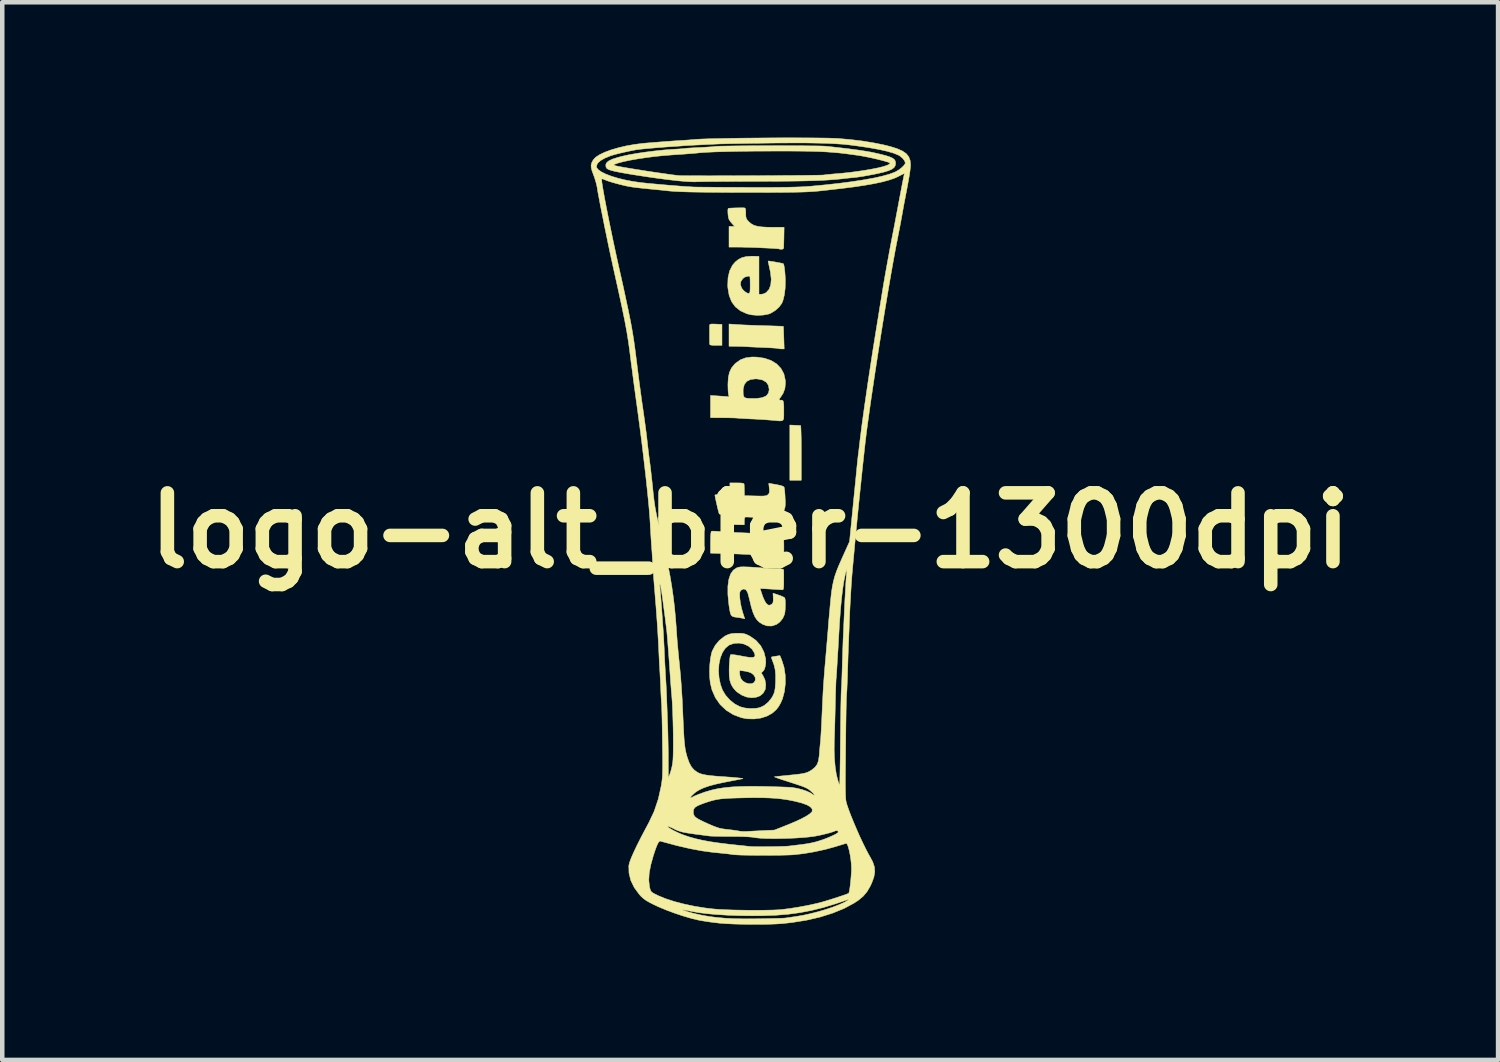
<source format=kicad_pcb>
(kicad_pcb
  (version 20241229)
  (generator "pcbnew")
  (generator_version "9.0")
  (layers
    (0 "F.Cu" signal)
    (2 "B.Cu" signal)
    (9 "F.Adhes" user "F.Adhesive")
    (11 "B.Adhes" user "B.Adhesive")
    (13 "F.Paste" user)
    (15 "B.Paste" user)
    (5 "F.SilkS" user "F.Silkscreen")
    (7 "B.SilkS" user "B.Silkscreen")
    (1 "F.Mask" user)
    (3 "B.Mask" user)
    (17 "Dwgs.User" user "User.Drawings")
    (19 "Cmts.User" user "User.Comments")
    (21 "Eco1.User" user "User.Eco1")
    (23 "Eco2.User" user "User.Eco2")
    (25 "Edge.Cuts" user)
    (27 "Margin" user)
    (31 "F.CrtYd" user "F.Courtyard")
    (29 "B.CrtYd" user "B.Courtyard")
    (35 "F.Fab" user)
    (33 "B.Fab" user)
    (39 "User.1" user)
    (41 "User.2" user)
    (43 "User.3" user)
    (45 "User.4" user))
  (footprint "logo-alt_bier-1300dpi"
    (layer "F.Cu")
    (at 13.578 8.709)
    (property "Reference" "logo-alt_bier-1300dpi" (at 0 0 0) (layer "F.SilkS") (effects (font (size 1.524 1.524) (thickness 0.3))))
    (attr through_hole)
    (fp_poly (pts (xy 0.992 -2.333) (xy 1.055 -2.33) (xy 1.102 -2.328) (xy 1.119 -2.327) (xy 1.122 -2.307) (xy 1.125 -2.254) (xy 1.128 -2.171) (xy 1.131 -2.063) (xy 1.132 -1.934) (xy 1.133 -1.791) (xy 1.133 -1.719) (xy 1.133 -1.114) (xy 0.879 -1.114) (xy 0.879 -2.338) (xy 0.992 -2.333)) (stroke (width 0.01) (type solid)) (fill yes) (layer "F.SilkS"))
    (fp_poly (pts (xy -0.762 -4.575) (xy -0.625 -4.569) (xy -0.625 -4.103) (xy -0.762 -4.103) (xy -0.842 -4.106) (xy -0.886 -4.114) (xy -0.899 -4.128) (xy -0.9 -4.167) (xy -0.9 -4.231) (xy -0.901 -4.31) (xy -0.901 -4.392) (xy -0.901 -4.467) (xy -0.901 -4.524) (xy -0.9 -4.552) (xy -0.892 -4.568) (xy -0.866 -4.576) (xy -0.812 -4.577) (xy -0.762 -4.575)) (stroke (width 0.01) (type solid)) (fill yes) (layer "F.SilkS"))
    (fp_poly (pts (xy -0.288 -4.565) (xy -0.212 -4.56) (xy -0.106 -4.555) (xy 0.02 -4.55) (xy 0.157 -4.545) (xy 0.296 -4.541) (xy 0.313 -4.54) (xy 0.436 -4.537) (xy 0.546 -4.533) (xy 0.635 -4.53) (xy 0.699 -4.528) (xy 0.732 -4.526) (xy 0.735 -4.526) (xy 0.737 -4.506) (xy 0.74 -4.455) (xy 0.742 -4.38) (xy 0.746 -4.288) (xy 0.746 -4.274) (xy 0.754 -4.025) (xy 0.693 -4.025) (xy 0.647 -4.028) (xy 0.623 -4.034) (xy 0.623 -4.034) (xy 0.601 -4.038) (xy 0.547 -4.043) (xy 0.469 -4.048) (xy 0.372 -4.053) (xy 0.321 -4.055) (xy 0.209 -4.06) (xy 0.103 -4.065) (xy 0.011 -4.069) (xy -0.054 -4.073) (xy -0.068 -4.074) (xy -0.139 -4.078) (xy -0.228 -4.081) (xy -0.318 -4.082) (xy -0.469 -4.084) (xy -0.469 -4.577) (xy -0.288 -4.565)) (stroke (width 0.01) (type solid)) (fill yes) (layer "F.SilkS"))
    (fp_poly (pts (xy -0.773 0.016) (xy -0.7 0.02) (xy -0.68 0.022) (xy -0.603 0.028) (xy -0.499 0.034) (xy -0.38 0.041) (xy -0.256 0.047) (xy -0.208 0.049) (xy -0.096 0.054) (xy 0.006 0.059) (xy 0.09 0.064) (xy 0.148 0.068) (xy 0.166 0.07) (xy 0.208 0.073) (xy 0.279 0.076) (xy 0.37 0.078) (xy 0.47 0.08) (xy 0.474 0.08) (xy 0.569 0.083) (xy 0.649 0.088) (xy 0.707 0.094) (xy 0.734 0.101) (xy 0.735 0.102) (xy 0.74 0.128) (xy 0.743 0.184) (xy 0.746 0.263) (xy 0.747 0.348) (xy 0.747 0.576) (xy 0.696 0.578) (xy 0.656 0.578) (xy 0.64 0.575) (xy 0.619 0.572) (xy 0.567 0.568) (xy 0.49 0.563) (xy 0.395 0.558) (xy 0.361 0.556) (xy 0.258 0.551) (xy 0.165 0.546) (xy 0.091 0.541) (xy 0.046 0.537) (xy 0.04 0.536) (xy 0.007 0.533) (xy -0.059 0.53) (xy -0.151 0.526) (xy -0.263 0.521) (xy -0.388 0.517) (xy -0.444 0.515) (xy -0.879 0.502) (xy -0.879 0.262) (xy -0.877 0.148) (xy -0.872 0.068) (xy -0.864 0.024) (xy -0.858 0.016) (xy -0.83 0.014) (xy -0.773 0.016)) (stroke (width 0.01) (type solid)) (fill yes) (layer "F.SilkS"))
    (fp_poly (pts (xy -0.139 -7.153) (xy -0.132 -7.152) (xy -0.113 -7.146) (xy -0.102 -7.121) (xy -0.098 -7.071) (xy -0.098 -7.032) (xy -0.096 -6.963) (xy -0.086 -6.917) (xy -0.063 -6.88) (xy -0.024 -6.839) (xy 0.026 -6.797) (xy 0.085 -6.765) (xy 0.158 -6.744) (xy 0.252 -6.73) (xy 0.374 -6.723) (xy 0.504 -6.721) (xy 0.752 -6.721) (xy 0.749 -6.521) (xy 0.747 -6.432) (xy 0.745 -6.353) (xy 0.744 -6.297) (xy 0.744 -6.277) (xy 0.732 -6.242) (xy 0.697 -6.233) (xy 0.658 -6.236) (xy 0.643 -6.241) (xy 0.621 -6.245) (xy 0.567 -6.249) (xy 0.486 -6.255) (xy 0.386 -6.26) (xy 0.272 -6.265) (xy 0.151 -6.271) (xy 0.03 -6.275) (xy -0.084 -6.278) (xy -0.187 -6.281) (xy -0.269 -6.282) (xy -0.469 -6.282) (xy -0.469 -6.511) (xy -0.469 -6.741) (xy -0.344 -6.741) (xy -0.394 -6.795) (xy -0.435 -6.844) (xy -0.467 -6.892) (xy -0.469 -6.895) (xy -0.481 -6.934) (xy -0.49 -6.993) (xy -0.494 -7.055) (xy -0.494 -7.109) (xy -0.487 -7.139) (xy -0.486 -7.14) (xy -0.465 -7.144) (xy -0.415 -7.147) (xy -0.347 -7.15) (xy -0.271 -7.152) (xy -0.199 -7.153) (xy -0.139 -7.153)) (stroke (width 0.01) (type solid)) (fill yes) (layer "F.SilkS"))
    (fp_poly (pts (xy -0.207 -1.053) (xy -0.156 -1.046) (xy -0.135 -1.033) (xy -0.135 -1.031) (xy -0.133 -0.999) (xy -0.131 -0.942) (xy -0.13 -0.889) (xy -0.127 -0.772) (xy 0.114 -0.766) (xy 0.218 -0.764) (xy 0.29 -0.764) (xy 0.337 -0.769) (xy 0.369 -0.777) (xy 0.391 -0.791) (xy 0.395 -0.795) (xy 0.418 -0.822) (xy 0.427 -0.857) (xy 0.426 -0.912) (xy 0.423 -0.939) (xy 0.412 -1.047) (xy 0.576 -1.019) (xy 0.672 -0.999) (xy 0.731 -0.979) (xy 0.753 -0.959) (xy 0.759 -0.927) (xy 0.766 -0.866) (xy 0.772 -0.786) (xy 0.775 -0.723) (xy 0.779 -0.628) (xy 0.778 -0.562) (xy 0.772 -0.513) (xy 0.759 -0.472) (xy 0.739 -0.43) (xy 0.706 -0.374) (xy 0.67 -0.332) (xy 0.625 -0.304) (xy 0.564 -0.287) (xy 0.481 -0.28) (xy 0.371 -0.28) (xy 0.264 -0.284) (xy 0.157 -0.289) (xy 0.06 -0.293) (xy -0.017 -0.297) (xy -0.067 -0.299) (xy -0.078 -0.3) (xy -0.108 -0.298) (xy -0.123 -0.281) (xy -0.128 -0.24) (xy -0.129 -0.215) (xy -0.131 -0.127) (xy -0.207 -0.127) (xy -0.28 -0.128) (xy -0.357 -0.132) (xy -0.366 -0.133) (xy -0.449 -0.139) (xy -0.449 -0.236) (xy -0.452 -0.295) (xy -0.462 -0.324) (xy -0.482 -0.333) (xy -0.484 -0.333) (xy -0.541 -0.337) (xy -0.602 -0.346) (xy -0.655 -0.357) (xy -0.684 -0.367) (xy -0.686 -0.368) (xy -0.693 -0.39) (xy -0.707 -0.441) (xy -0.724 -0.51) (xy -0.742 -0.588) (xy -0.759 -0.665) (xy -0.773 -0.73) (xy -0.78 -0.775) (xy -0.782 -0.787) (xy -0.764 -0.792) (xy -0.716 -0.794) (xy -0.647 -0.792) (xy -0.615 -0.79) (xy -0.449 -0.778) (xy -0.449 -1.055) (xy -0.293 -1.055) (xy -0.207 -1.053)) (stroke (width 0.01) (type solid)) (fill yes) (layer "F.SilkS"))
    (fp_poly (pts (xy 0.132 -6.079) (xy 0.195 -6.076) (xy 0.195 -5.236) (xy 0.251 -5.236) (xy 0.308 -5.249) (xy 0.356 -5.275) (xy 0.42 -5.347) (xy 0.456 -5.444) (xy 0.467 -5.567) (xy 0.451 -5.717) (xy 0.431 -5.813) (xy 0.415 -5.885) (xy 0.403 -5.941) (xy 0.398 -5.971) (xy 0.399 -5.974) (xy 0.419 -5.973) (xy 0.466 -5.966) (xy 0.53 -5.956) (xy 0.6 -5.943) (xy 0.665 -5.931) (xy 0.713 -5.921) (xy 0.735 -5.914) (xy 0.736 -5.914) (xy 0.747 -5.885) (xy 0.758 -5.826) (xy 0.768 -5.745) (xy 0.775 -5.651) (xy 0.78 -5.553) (xy 0.78 -5.541) (xy 0.776 -5.372) (xy 0.758 -5.223) (xy 0.727 -5.099) (xy 0.703 -5.039) (xy 0.642 -4.954) (xy 0.556 -4.877) (xy 0.457 -4.817) (xy 0.403 -4.796) (xy 0.288 -4.775) (xy 0.158 -4.769) (xy 0.03 -4.78) (xy -0.072 -4.804) (xy -0.215 -4.869) (xy -0.328 -4.958) (xy -0.411 -5.071) (xy -0.466 -5.211) (xy -0.494 -5.377) (xy -0.497 -5.422) (xy -0.497 -5.44) (xy -0.215 -5.44) (xy -0.184 -5.366) (xy -0.148 -5.322) (xy -0.101 -5.283) (xy -0.056 -5.259) (xy -0.041 -5.256) (xy -0.022 -5.258) (xy -0.011 -5.27) (xy -0.004 -5.297) (xy -0.001 -5.349) (xy -0.000014 -5.43) (xy 0 -5.453) (xy -0.001 -5.543) (xy -0.003 -5.6) (xy -0.009 -5.63) (xy -0.02 -5.641) (xy -0.031 -5.639) (xy -0.076 -5.628) (xy -0.09 -5.627) (xy -0.123 -5.614) (xy -0.163 -5.583) (xy -0.167 -5.579) (xy -0.209 -5.513) (xy -0.215 -5.44) (xy -0.497 -5.44) (xy -0.491 -5.601) (xy -0.456 -5.753) (xy -0.392 -5.88) (xy -0.329 -5.953) (xy -0.258 -6.01) (xy -0.18 -6.049) (xy -0.087 -6.072) (xy 0.03 -6.08) (xy 0.132 -6.079)) (stroke (width 0.01) (type solid)) (fill yes) (layer "F.SilkS"))
    (fp_poly (pts (xy 0.145 -3.844) (xy 0.317 -3.819) (xy 0.465 -3.768) (xy 0.588 -3.692) (xy 0.682 -3.593) (xy 0.747 -3.473) (xy 0.778 -3.335) (xy 0.782 -3.272) (xy 0.77 -3.148) (xy 0.731 -3.042) (xy 0.681 -2.965) (xy 0.648 -2.918) (xy 0.645 -2.894) (xy 0.672 -2.888) (xy 0.697 -2.89) (xy 0.718 -2.886) (xy 0.733 -2.865) (xy 0.741 -2.822) (xy 0.746 -2.75) (xy 0.746 -2.645) (xy 0.746 -2.64) (xy 0.746 -2.548) (xy 0.743 -2.486) (xy 0.73 -2.449) (xy 0.701 -2.432) (xy 0.649 -2.429) (xy 0.57 -2.436) (xy 0.498 -2.443) (xy 0.421 -2.449) (xy 0.316 -2.457) (xy 0.197 -2.464) (xy 0.075 -2.471) (xy 0.039 -2.472) (xy -0.068 -2.477) (xy -0.162 -2.483) (xy -0.236 -2.487) (xy -0.282 -2.491) (xy -0.293 -2.492) (xy -0.322 -2.494) (xy -0.383 -2.496) (xy -0.467 -2.498) (xy -0.566 -2.499) (xy -0.601 -2.499) (xy -0.879 -2.501) (xy -0.879 -2.994) (xy -0.672 -2.98) (xy -0.465 -2.966) (xy -0.479 -3.009) (xy -0.485 -3.047) (xy -0.489 -3.103) (xy -0.156 -3.103) (xy -0.154 -3.021) (xy -0.143 -2.971) (xy -0.117 -2.943) (xy -0.069 -2.931) (xy -0.013 -2.927) (xy 0.14 -2.927) (xy 0.258 -2.943) (xy 0.342 -2.976) (xy 0.37 -2.998) (xy 0.405 -3.047) (xy 0.419 -3.106) (xy 0.42 -3.134) (xy 0.403 -3.222) (xy 0.354 -3.29) (xy 0.275 -3.336) (xy 0.168 -3.358) (xy 0.117 -3.361) (xy 0.007 -3.347) (xy -0.075 -3.306) (xy -0.129 -3.238) (xy -0.154 -3.144) (xy -0.156 -3.103) (xy -0.489 -3.103) (xy -0.49 -3.113) (xy -0.492 -3.196) (xy -0.493 -3.242) (xy -0.485 -3.387) (xy -0.46 -3.504) (xy -0.415 -3.601) (xy -0.347 -3.685) (xy -0.316 -3.713) (xy -0.214 -3.785) (xy -0.098 -3.828) (xy 0.039 -3.846) (xy 0.145 -3.844)) (stroke (width 0.01) (type solid)) (fill yes) (layer "F.SilkS"))
    (fp_poly (pts (xy -0.056 0.808) (xy 0.018 0.811) (xy 0.112 0.817) (xy 0.191 0.823) (xy 0.248 0.828) (xy 0.274 0.831) (xy 0.275 0.832) (xy 0.298 0.835) (xy 0.352 0.838) (xy 0.428 0.841) (xy 0.514 0.843) (xy 0.614 0.846) (xy 0.681 0.85) (xy 0.72 0.857) (xy 0.739 0.867) (xy 0.744 0.878) (xy 0.744 0.91) (xy 0.745 0.97) (xy 0.745 1.051) (xy 0.745 1.114) (xy 0.744 1.206) (xy 0.741 1.265) (xy 0.735 1.299) (xy 0.725 1.313) (xy 0.71 1.315) (xy 0.71 1.315) (xy 0.677 1.313) (xy 0.615 1.309) (xy 0.532 1.304) (xy 0.448 1.298) (xy 0.22 1.285) (xy 0.267 1.429) (xy 0.296 1.506) (xy 0.329 1.573) (xy 0.359 1.618) (xy 0.361 1.62) (xy 0.398 1.651) (xy 0.43 1.656) (xy 0.458 1.645) (xy 0.488 1.626) (xy 0.505 1.598) (xy 0.512 1.55) (xy 0.51 1.473) (xy 0.51 1.461) (xy 0.506 1.389) (xy 0.629 1.43) (xy 0.694 1.454) (xy 0.744 1.477) (xy 0.767 1.493) (xy 0.775 1.527) (xy 0.78 1.588) (xy 0.78 1.664) (xy 0.777 1.744) (xy 0.77 1.815) (xy 0.761 1.86) (xy 0.721 1.949) (xy 0.656 2.029) (xy 0.586 2.081) (xy 0.48 2.117) (xy 0.374 2.114) (xy 0.279 2.08) (xy 0.209 2.037) (xy 0.152 1.983) (xy 0.104 1.912) (xy 0.063 1.817) (xy 0.025 1.694) (xy -0.009 1.553) (xy -0.028 1.476) (xy -0.046 1.408) (xy -0.061 1.363) (xy -0.096 1.313) (xy -0.142 1.296) (xy -0.192 1.316) (xy -0.199 1.322) (xy -0.22 1.345) (xy -0.23 1.374) (xy -0.233 1.42) (xy -0.23 1.493) (xy -0.229 1.504) (xy -0.217 1.6) (xy -0.195 1.708) (xy -0.169 1.804) (xy -0.12 1.957) (xy -0.163 1.947) (xy -0.206 1.938) (xy -0.271 1.928) (xy -0.309 1.923) (xy -0.359 1.915) (xy -0.395 1.902) (xy -0.42 1.879) (xy -0.438 1.838) (xy -0.452 1.773) (xy -0.467 1.679) (xy -0.474 1.627) (xy -0.494 1.417) (xy -0.494 1.236) (xy -0.474 1.086) (xy -0.435 0.967) (xy -0.376 0.881) (xy -0.299 0.828) (xy -0.26 0.815) (xy -0.212 0.807) (xy -0.147 0.805) (xy -0.056 0.808)) (stroke (width 0.01) (type solid)) (fill yes) (layer "F.SilkS"))
    (fp_poly (pts (xy -0.199 2.278) (xy -0.139 2.286) (xy -0.084 2.303) (xy -0.021 2.334) (xy -0.003 2.343) (xy 0.129 2.436) (xy 0.233 2.554) (xy 0.305 2.693) (xy 0.343 2.843) (xy 0.346 2.931) (xy 0.334 3.016) (xy 0.311 3.085) (xy 0.278 3.128) (xy 0.275 3.13) (xy 0.254 3.146) (xy 0.253 3.166) (xy 0.273 3.2) (xy 0.285 3.218) (xy 0.328 3.31) (xy 0.346 3.414) (xy 0.336 3.513) (xy 0.333 3.525) (xy 0.287 3.607) (xy 0.217 3.665) (xy 0.128 3.698) (xy 0.027 3.707) (xy -0.08 3.691) (xy -0.186 3.649) (xy -0.286 3.583) (xy -0.315 3.557) (xy -0.377 3.487) (xy -0.421 3.411) (xy -0.45 3.323) (xy -0.464 3.214) (xy -0.465 3.164) (xy -0.234 3.164) (xy -0.225 3.227) (xy -0.204 3.285) (xy -0.16 3.338) (xy -0.097 3.377) (xy -0.027 3.396) (xy 0.039 3.394) (xy 0.087 3.369) (xy 0.115 3.317) (xy 0.111 3.257) (xy 0.078 3.2) (xy 0.022 3.157) (xy -0.03 3.137) (xy -0.1 3.12) (xy -0.134 3.115) (xy -0.234 3.102) (xy -0.234 3.164) (xy -0.465 3.164) (xy -0.466 3.078) (xy -0.464 3.002) (xy -0.458 2.91) (xy -0.451 2.832) (xy -0.443 2.777) (xy -0.436 2.753) (xy -0.41 2.75) (xy -0.355 2.754) (xy -0.279 2.766) (xy -0.224 2.776) (xy -0.098 2.8) (xy -0.005 2.813) (xy 0.058 2.813) (xy 0.094 2.801) (xy 0.107 2.776) (xy 0.101 2.736) (xy 0.095 2.717) (xy 0.042 2.631) (xy -0.037 2.563) (xy -0.136 2.517) (xy -0.244 2.496) (xy -0.355 2.501) (xy -0.459 2.536) (xy -0.469 2.542) (xy -0.55 2.608) (xy -0.615 2.705) (xy -0.662 2.825) (xy -0.691 2.961) (xy -0.701 3.109) (xy -0.69 3.261) (xy -0.659 3.411) (xy -0.613 3.538) (xy -0.545 3.651) (xy -0.451 3.757) (xy -0.341 3.845) (xy -0.226 3.905) (xy -0.225 3.906) (xy -0.112 3.935) (xy 0.016 3.946) (xy 0.141 3.94) (xy 0.218 3.924) (xy 0.311 3.879) (xy 0.401 3.805) (xy 0.476 3.711) (xy 0.502 3.666) (xy 0.527 3.613) (xy 0.543 3.559) (xy 0.554 3.493) (xy 0.56 3.405) (xy 0.563 3.356) (xy 0.564 3.209) (xy 0.554 3.087) (xy 0.529 2.979) (xy 0.495 2.887) (xy 0.477 2.839) (xy 0.47 2.81) (xy 0.471 2.806) (xy 0.493 2.799) (xy 0.541 2.79) (xy 0.569 2.786) (xy 0.659 2.773) (xy 0.698 2.866) (xy 0.75 3.028) (xy 0.777 3.205) (xy 0.78 3.388) (xy 0.76 3.567) (xy 0.716 3.731) (xy 0.675 3.825) (xy 0.626 3.91) (xy 0.575 3.973) (xy 0.509 4.032) (xy 0.484 4.052) (xy 0.373 4.114) (xy 0.239 4.157) (xy 0.09 4.177) (xy -0.062 4.174) (xy -0.19 4.151) (xy -0.372 4.083) (xy -0.531 3.984) (xy -0.665 3.858) (xy -0.771 3.706) (xy -0.847 3.532) (xy -0.884 3.378) (xy -0.897 3.256) (xy -0.901 3.119) (xy -0.895 2.978) (xy -0.881 2.845) (xy -0.859 2.731) (xy -0.842 2.674) (xy -0.777 2.549) (xy -0.685 2.438) (xy -0.576 2.351) (xy -0.54 2.33) (xy -0.478 2.302) (xy -0.417 2.286) (xy -0.344 2.279) (xy -0.283 2.277) (xy -0.199 2.278)) (stroke (width 0.01) (type solid)) (fill yes) (layer "F.SilkS"))
    (fp_poly (pts (xy 0.808 -8.529) (xy 0.991 -8.529) (xy 1.162 -8.528) (xy 1.317 -8.526) (xy 1.452 -8.525) (xy 1.562 -8.523) (xy 1.642 -8.52) (xy 1.69 -8.517) (xy 1.962 -8.487) (xy 2.196 -8.459) (xy 2.395 -8.433) (xy 2.559 -8.408) (xy 2.691 -8.385) (xy 2.755 -8.371) (xy 2.903 -8.337) (xy 3.017 -8.307) (xy 3.101 -8.279) (xy 3.159 -8.252) (xy 3.196 -8.223) (xy 3.216 -8.19) (xy 3.223 -8.151) (xy 3.224 -8.138) (xy 3.216 -8.089) (xy 3.191 -8.047) (xy 3.145 -8.011) (xy 3.073 -7.978) (xy 2.973 -7.947) (xy 2.839 -7.915) (xy 2.742 -7.895) (xy 2.629 -7.874) (xy 2.519 -7.854) (xy 2.423 -7.839) (xy 2.351 -7.829) (xy 2.335 -7.827) (xy 2.26 -7.82) (xy 2.164 -7.81) (xy 2.063 -7.799) (xy 2.032 -7.795) (xy 1.928 -7.785) (xy 1.821 -7.776) (xy 1.706 -7.768) (xy 1.582 -7.761) (xy 1.443 -7.756) (xy 1.287 -7.751) (xy 1.11 -7.747) (xy 0.908 -7.744) (xy 0.679 -7.742) (xy 0.418 -7.741) (xy 0.122 -7.74) (xy 0.07 -7.739) (xy -0.146 -7.739) (xy -0.352 -7.738) (xy -0.544 -7.737) (xy -0.717 -7.736) (xy -0.87 -7.735) (xy -0.997 -7.734) (xy -1.097 -7.732) (xy -1.165 -7.731) (xy -1.198 -7.73) (xy -1.2 -7.729) (xy -1.236 -7.728) (xy -1.3 -7.73) (xy -1.384 -7.734) (xy -1.456 -7.739) (xy -1.58 -7.75) (xy -1.727 -7.766) (xy -1.891 -7.786) (xy -2.065 -7.809) (xy -2.244 -7.834) (xy -2.421 -7.861) (xy -2.591 -7.887) (xy -2.747 -7.913) (xy -2.884 -7.938) (xy -2.995 -7.96) (xy -3.073 -7.979) (xy -3.082 -7.982) (xy -3.145 -8.004) (xy -3.18 -8.028) (xy -3.197 -8.061) (xy -3.197 -8.063) (xy -3.199 -8.1) (xy -3.022 -8.1) (xy -2.997 -8.089) (xy -2.962 -8.08) (xy -2.894 -8.066) (xy -2.798 -8.049) (xy -2.68 -8.029) (xy -2.545 -8.007) (xy -2.4 -7.984) (xy -2.249 -7.96) (xy -2.099 -7.938) (xy -1.955 -7.917) (xy -1.822 -7.898) (xy -1.706 -7.882) (xy -1.612 -7.871) (xy -1.573 -7.867) (xy -1.538 -7.865) (xy -1.467 -7.864) (xy -1.366 -7.864) (xy -1.238 -7.863) (xy -1.085 -7.863) (xy -0.912 -7.862) (xy -0.723 -7.863) (xy -0.521 -7.863) (xy -0.309 -7.864) (xy -0.092 -7.864) (xy 0.127 -7.865) (xy 0.344 -7.866) (xy 0.556 -7.867) (xy 0.76 -7.869) (xy 0.95 -7.87) (xy 1.125 -7.871) (xy 1.28 -7.873) (xy 1.411 -7.875) (xy 1.515 -7.876) (xy 1.588 -7.878) (xy 1.627 -7.88) (xy 1.631 -7.88) (xy 1.679 -7.887) (xy 1.752 -7.894) (xy 1.834 -7.902) (xy 1.846 -7.903) (xy 2.032 -7.919) (xy 2.215 -7.938) (xy 2.389 -7.961) (xy 2.553 -7.986) (xy 2.703 -8.012) (xy 2.833 -8.038) (xy 2.942 -8.065) (xy 3.025 -8.091) (xy 3.078 -8.115) (xy 3.099 -8.137) (xy 3.094 -8.148) (xy 3.066 -8.162) (xy 3.007 -8.18) (xy 2.925 -8.203) (xy 2.826 -8.228) (xy 2.718 -8.253) (xy 2.609 -8.276) (xy 2.505 -8.296) (xy 2.414 -8.312) (xy 2.413 -8.312) (xy 2.256 -8.334) (xy 2.112 -8.353) (xy 1.975 -8.369) (xy 1.84 -8.381) (xy 1.701 -8.391) (xy 1.552 -8.399) (xy 1.389 -8.404) (xy 1.206 -8.408) (xy 0.997 -8.41) (xy 0.756 -8.411) (xy 0.645 -8.411) (xy 0.366 -8.41) (xy 0.099 -8.409) (xy -0.152 -8.406) (xy -0.384 -8.402) (xy -0.594 -8.397) (xy -0.777 -8.392) (xy -0.931 -8.385) (xy -1.052 -8.378) (xy -1.123 -8.372) (xy -1.181 -8.366) (xy -1.254 -8.359) (xy -1.347 -8.352) (xy -1.465 -8.343) (xy -1.613 -8.333) (xy -1.758 -8.323) (xy -1.944 -8.308) (xy -2.134 -8.288) (xy -2.322 -8.263) (xy -2.501 -8.236) (xy -2.665 -8.207) (xy -2.807 -8.177) (xy -2.921 -8.147) (xy -2.98 -8.127) (xy -3.018 -8.111) (xy -3.022 -8.1) (xy -3.199 -8.1) (xy -3.2 -8.113) (xy -3.179 -8.156) (xy -3.13 -8.195) (xy -3.052 -8.232) (xy -2.939 -8.268) (xy -2.843 -8.294) (xy -2.699 -8.326) (xy -2.525 -8.357) (xy -2.331 -8.386) (xy -2.125 -8.412) (xy -1.918 -8.434) (xy -1.717 -8.449) (xy -1.671 -8.452) (xy -1.579 -8.457) (xy -1.502 -8.463) (xy -1.449 -8.467) (xy -1.426 -8.471) (xy -1.426 -8.471) (xy -1.404 -8.474) (xy -1.35 -8.477) (xy -1.271 -8.482) (xy -1.174 -8.487) (xy -1.123 -8.489) (xy -1.016 -8.495) (xy -0.92 -8.501) (xy -0.843 -8.506) (xy -0.792 -8.511) (xy -0.782 -8.513) (xy -0.747 -8.516) (xy -0.678 -8.519) (xy -0.579 -8.521) (xy -0.453 -8.523) (xy -0.305 -8.525) (xy -0.139 -8.527) (xy 0.04 -8.528) (xy 0.229 -8.529) (xy 0.422 -8.529) (xy 0.617 -8.53) (xy 0.808 -8.529)) (stroke (width 0.01) (type solid)) (fill yes) (layer "F.SilkS"))
    (fp_poly (pts (xy 1.191 -8.703) (xy 1.388 -8.702) (xy 1.567 -8.7) (xy 1.721 -8.698) (xy 1.848 -8.694) (xy 1.942 -8.69) (xy 1.954 -8.689) (xy 2.216 -8.666) (xy 2.476 -8.635) (xy 2.724 -8.595) (xy 2.951 -8.55) (xy 3.108 -8.511) (xy 3.26 -8.463) (xy 3.376 -8.411) (xy 3.46 -8.353) (xy 3.515 -8.284) (xy 3.546 -8.202) (xy 3.556 -8.102) (xy 3.556 -8.101) (xy 3.552 -8.048) (xy 3.542 -7.966) (xy 3.526 -7.86) (xy 3.505 -7.74) (xy 3.482 -7.613) (xy 3.479 -7.597) (xy 3.453 -7.462) (xy 3.427 -7.327) (xy 3.403 -7.201) (xy 3.384 -7.093) (xy 3.37 -7.015) (xy 3.37 -7.014) (xy 3.356 -6.939) (xy 3.337 -6.834) (xy 3.313 -6.708) (xy 3.286 -6.571) (xy 3.259 -6.43) (xy 3.25 -6.389) (xy 3.214 -6.199) (xy 3.173 -5.976) (xy 3.128 -5.723) (xy 3.08 -5.445) (xy 3.03 -5.148) (xy 2.978 -4.836) (xy 2.926 -4.514) (xy 2.874 -4.187) (xy 2.823 -3.859) (xy 2.773 -3.535) (xy 2.726 -3.22) (xy 2.681 -2.919) (xy 2.641 -2.636) (xy 2.605 -2.377) (xy 2.574 -2.145) (xy 2.57 -2.11) (xy 2.556 -1.996) (xy 2.539 -1.847) (xy 2.52 -1.671) (xy 2.498 -1.47) (xy 2.475 -1.252) (xy 2.451 -1.02) (xy 2.426 -0.78) (xy 2.401 -0.537) (xy 2.377 -0.296) (xy 2.355 -0.063) (xy 2.333 0.157) (xy 2.314 0.36) (xy 2.306 0.449) (xy 2.294 0.583) (xy 2.282 0.709) (xy 2.272 0.821) (xy 2.264 0.911) (xy 2.258 0.972) (xy 2.257 0.987) (xy 2.252 1.051) (xy 2.246 1.14) (xy 2.239 1.236) (xy 2.237 1.27) (xy 2.231 1.374) (xy 2.225 1.485) (xy 2.219 1.582) (xy 2.218 1.602) (xy 2.214 1.677) (xy 2.209 1.778) (xy 2.204 1.894) (xy 2.199 2.014) (xy 2.198 2.042) (xy 2.194 2.171) (xy 2.188 2.312) (xy 2.183 2.447) (xy 2.179 2.561) (xy 2.178 2.569) (xy 2.175 2.667) (xy 2.17 2.792) (xy 2.166 2.933) (xy 2.161 3.078) (xy 2.158 3.195) (xy 2.154 3.319) (xy 2.149 3.434) (xy 2.145 3.533) (xy 2.14 3.608) (xy 2.137 3.651) (xy 2.136 3.654) (xy 2.135 3.686) (xy 2.132 3.753) (xy 2.13 3.851) (xy 2.127 3.978) (xy 2.125 4.129) (xy 2.122 4.3) (xy 2.12 4.487) (xy 2.118 4.687) (xy 2.116 4.836) (xy 2.114 5.073) (xy 2.112 5.274) (xy 2.111 5.443) (xy 2.11 5.583) (xy 2.111 5.697) (xy 2.112 5.789) (xy 2.114 5.862) (xy 2.116 5.919) (xy 2.12 5.964) (xy 2.125 6) (xy 2.132 6.03) (xy 2.139 6.058) (xy 2.145 6.076) (xy 2.183 6.187) (xy 2.234 6.321) (xy 2.295 6.471) (xy 2.362 6.628) (xy 2.431 6.785) (xy 2.501 6.933) (xy 2.566 7.065) (xy 2.623 7.174) (xy 2.652 7.224) (xy 2.717 7.346) (xy 2.754 7.457) (xy 2.762 7.567) (xy 2.742 7.684) (xy 2.694 7.815) (xy 2.656 7.894) (xy 2.588 8.009) (xy 2.506 8.106) (xy 2.401 8.194) (xy 2.301 8.26) (xy 2.081 8.378) (xy 1.828 8.481) (xy 1.548 8.569) (xy 1.245 8.639) (xy 0.924 8.69) (xy 0.703 8.714) (xy 0.569 8.722) (xy 0.406 8.728) (xy 0.222 8.731) (xy 0.028 8.731) (xy -0.168 8.728) (xy -0.355 8.723) (xy -0.525 8.715) (xy -0.667 8.705) (xy -0.694 8.702) (xy -0.815 8.688) (xy -0.946 8.67) (xy -1.069 8.65) (xy -1.151 8.635) (xy -1.308 8.597) (xy -1.488 8.544) (xy -1.677 8.481) (xy -1.864 8.411) (xy -1.872 8.408) (xy -1.498 8.408) (xy -1.485 8.417) (xy -1.442 8.432) (xy -1.376 8.452) (xy -1.295 8.475) (xy -1.207 8.497) (xy -1.119 8.517) (xy -1.065 8.528) (xy -0.9 8.557) (xy -0.731 8.578) (xy -0.552 8.594) (xy -0.356 8.604) (xy -0.136 8.608) (xy 0.115 8.607) (xy 0.176 8.606) (xy 0.322 8.604) (xy 0.459 8.601) (xy 0.579 8.598) (xy 0.678 8.595) (xy 0.75 8.592) (xy 0.789 8.589) (xy 0.791 8.588) (xy 0.839 8.581) (xy 0.911 8.571) (xy 0.993 8.559) (xy 1.006 8.557) (xy 1.163 8.531) (xy 1.332 8.494) (xy 1.505 8.45) (xy 1.675 8.4) (xy 1.834 8.347) (xy 1.974 8.293) (xy 2.089 8.241) (xy 2.15 8.206) (xy 2.182 8.183) (xy 2.187 8.175) (xy 2.179 8.177) (xy 1.884 8.277) (xy 1.613 8.359) (xy 1.354 8.423) (xy 1.1 8.471) (xy 0.841 8.506) (xy 0.568 8.528) (xy 0.272 8.538) (xy 0.049 8.54) (xy -0.221 8.537) (xy -0.479 8.528) (xy -0.72 8.514) (xy -0.938 8.495) (xy -1.129 8.472) (xy -1.287 8.445) (xy -1.312 8.44) (xy -1.39 8.424) (xy -1.452 8.412) (xy -1.49 8.407) (xy -1.498 8.408) (xy -1.872 8.408) (xy -2.037 8.339) (xy -2.139 8.291) (xy -2.239 8.24) (xy -2.312 8.197) (xy -2.369 8.155) (xy -2.42 8.108) (xy -2.46 8.063) (xy -2.57 7.913) (xy -2.646 7.755) (xy -2.647 7.751) (xy -2.247 7.751) (xy -2.232 7.89) (xy -2.224 7.926) (xy -2.212 7.969) (xy -2.196 8) (xy -2.168 8.026) (xy -2.12 8.053) (xy -2.045 8.09) (xy -2.044 8.091) (xy -1.877 8.16) (xy -1.68 8.224) (xy -1.461 8.281) (xy -1.228 8.33) (xy -0.99 8.368) (xy -0.799 8.39) (xy -0.679 8.399) (xy -0.532 8.406) (xy -0.367 8.412) (xy -0.189 8.415) (xy -0.008 8.418) (xy 0.17 8.418) (xy 0.338 8.416) (xy 0.489 8.413) (xy 0.614 8.408) (xy 0.699 8.401) (xy 0.884 8.378) (xy 1.088 8.345) (xy 1.296 8.306) (xy 1.489 8.263) (xy 1.524 8.254) (xy 1.593 8.236) (xy 1.68 8.21) (xy 1.778 8.18) (xy 1.879 8.148) (xy 1.977 8.116) (xy 2.064 8.087) (xy 2.132 8.063) (xy 2.175 8.045) (xy 2.185 8.04) (xy 2.194 8.014) (xy 2.205 7.958) (xy 2.216 7.88) (xy 2.226 7.788) (xy 2.235 7.692) (xy 2.242 7.6) (xy 2.246 7.52) (xy 2.246 7.493) (xy 2.242 7.399) (xy 2.232 7.299) (xy 2.217 7.198) (xy 2.198 7.104) (xy 2.178 7.025) (xy 2.157 6.966) (xy 2.137 6.936) (xy 2.128 6.934) (xy 2.099 6.943) (xy 2.042 6.961) (xy 1.964 6.984) (xy 1.887 7.008) (xy 1.661 7.07) (xy 1.417 7.123) (xy 1.173 7.164) (xy 0.957 7.188) (xy 0.882 7.192) (xy 0.779 7.195) (xy 0.656 7.198) (xy 0.517 7.199) (xy 0.37 7.2) (xy 0.221 7.2) (xy 0.074 7.199) (xy -0.062 7.197) (xy -0.182 7.195) (xy -0.281 7.191) (xy -0.351 7.187) (xy -0.381 7.184) (xy -0.437 7.175) (xy -0.508 7.166) (xy -0.537 7.163) (xy -0.599 7.157) (xy -0.685 7.148) (xy -0.784 7.138) (xy -0.85 7.131) (xy -1.081 7.099) (xy -1.341 7.05) (xy -1.626 6.984) (xy -1.93 6.902) (xy -1.994 6.884) (xy -2.016 6.892) (xy -2.043 6.931) (xy -2.075 7.001) (xy -2.113 7.106) (xy -2.147 7.21) (xy -2.204 7.415) (xy -2.238 7.594) (xy -2.247 7.751) (xy -2.647 7.751) (xy -2.686 7.594) (xy -2.69 7.434) (xy -2.688 7.418) (xy -2.671 7.351) (xy -2.635 7.254) (xy -2.579 7.127) (xy -2.506 6.973) (xy -2.415 6.793) (xy -2.308 6.59) (xy -2.289 6.555) (xy -1.837 6.555) (xy -1.82 6.576) (xy -1.774 6.607) (xy -1.708 6.645) (xy -1.628 6.685) (xy -1.542 6.724) (xy -1.485 6.746) (xy -1.354 6.791) (xy -1.215 6.83) (xy -1.063 6.865) (xy -0.891 6.897) (xy -0.694 6.926) (xy -0.469 6.954) (xy -0.264 6.976) (xy -0.173 6.985) (xy -0.093 6.994) (xy -0.034 7) (xy -0.01 7.003) (xy 0.036 7.006) (xy 0.113 7.008) (xy 0.213 7.009) (xy 0.328 7.009) (xy 0.449 7.008) (xy 0.569 7.006) (xy 0.68 7.003) (xy 0.773 7) (xy 0.841 6.996) (xy 0.86 6.994) (xy 0.951 6.983) (xy 1.049 6.971) (xy 1.104 6.965) (xy 1.186 6.954) (xy 1.284 6.939) (xy 1.366 6.923) (xy 1.453 6.902) (xy 1.55 6.873) (xy 1.651 6.838) (xy 1.747 6.8) (xy 1.832 6.762) (xy 1.9 6.728) (xy 1.942 6.7) (xy 1.954 6.683) (xy 1.939 6.656) (xy 1.903 6.652) (xy 1.879 6.661) (xy 1.833 6.679) (xy 1.759 6.702) (xy 1.666 6.726) (xy 1.565 6.75) (xy 1.467 6.77) (xy 1.417 6.779) (xy 1.298 6.794) (xy 1.156 6.807) (xy 0.999 6.817) (xy 0.834 6.824) (xy 0.668 6.828) (xy 0.506 6.829) (xy 0.358 6.827) (xy 0.23 6.821) (xy 0.128 6.811) (xy 0.076 6.802) (xy 0.029 6.796) (xy -0.05 6.79) (xy -0.152 6.785) (xy -0.271 6.782) (xy -0.399 6.781) (xy -0.422 6.781) (xy -0.55 6.781) (xy -0.669 6.779) (xy -0.773 6.777) (xy -0.853 6.775) (xy -0.903 6.772) (xy -0.909 6.771) (xy -1.075 6.749) (xy -1.208 6.732) (xy -1.312 6.717) (xy -1.392 6.705) (xy -1.453 6.694) (xy -1.5 6.684) (xy -1.539 6.674) (xy -1.553 6.669) (xy -1.613 6.649) (xy -1.657 6.63) (xy -1.671 6.623) (xy -1.699 6.607) (xy -1.743 6.586) (xy -1.79 6.568) (xy -1.825 6.556) (xy -1.837 6.555) (xy -2.289 6.555) (xy -2.247 6.477) (xy -2.132 6.234) (xy -1.261 6.234) (xy -1.256 6.277) (xy -1.246 6.311) (xy -1.226 6.341) (xy -1.192 6.37) (xy -1.138 6.403) (xy -1.059 6.443) (xy -0.949 6.493) (xy -0.935 6.5) (xy -0.828 6.546) (xy -0.745 6.578) (xy -0.675 6.6) (xy -0.604 6.614) (xy -0.524 6.624) (xy -0.508 6.626) (xy -0.418 6.636) (xy -0.335 6.647) (xy -0.272 6.657) (xy -0.254 6.661) (xy -0.192 6.67) (xy -0.116 6.672) (xy -0.088 6.671) (xy -0.031 6.668) (xy 0.054 6.663) (xy 0.156 6.658) (xy 0.264 6.653) (xy 0.274 6.652) (xy 0.537 6.64) (xy 0.838 6.521) (xy 0.995 6.455) (xy 1.129 6.393) (xy 1.238 6.335) (xy 1.318 6.283) (xy 1.365 6.24) (xy 1.374 6.224) (xy 1.374 6.174) (xy 1.336 6.127) (xy 1.259 6.082) (xy 1.145 6.041) (xy 0.994 6.002) (xy 0.98 5.999) (xy 0.844 5.972) (xy 0.71 5.952) (xy 0.573 5.937) (xy 0.424 5.928) (xy 0.256 5.923) (xy 0.063 5.922) (xy -0.119 5.925) (xy -0.296 5.929) (xy -0.44 5.934) (xy -0.558 5.941) (xy -0.658 5.95) (xy -0.746 5.964) (xy -0.829 5.983) (xy -0.913 6.007) (xy -1.005 6.038) (xy -1.064 6.059) (xy -1.159 6.098) (xy -1.221 6.136) (xy -1.253 6.18) (xy -1.261 6.234) (xy -2.132 6.234) (xy -2.127 6.222) (xy -2.035 5.947) (xy -1.971 5.656) (xy -1.962 5.598) (xy -1.954 5.541) (xy -1.948 5.481) (xy -1.944 5.413) (xy -1.942 5.332) (xy -1.94 5.234) (xy -1.94 5.113) (xy -1.941 4.966) (xy -1.944 4.786) (xy -1.945 4.679) (xy -1.948 4.508) (xy -1.95 4.348) (xy -1.953 4.202) (xy -1.956 4.076) (xy -1.959 3.974) (xy -1.961 3.901) (xy -1.963 3.862) (xy -1.963 3.859) (xy -1.967 3.818) (xy -1.971 3.748) (xy -1.976 3.656) (xy -1.981 3.552) (xy -1.982 3.517) (xy -1.987 3.403) (xy -1.993 3.29) (xy -1.998 3.191) (xy -2.002 3.117) (xy -2.003 3.107) (xy -2.007 3.034) (xy -2.013 2.936) (xy -2.018 2.828) (xy -2.022 2.745) (xy -2.029 2.596) (xy -2.036 2.456) (xy -2.044 2.319) (xy -2.052 2.179) (xy -2.062 2.032) (xy -2.074 1.871) (xy -2.087 1.692) (xy -2.104 1.489) (xy -2.122 1.256) (xy -2.128 1.192) (xy -2.007 1.192) (xy -2.003 1.231) (xy -1.997 1.286) (xy -1.99 1.363) (xy -1.984 1.436) (xy -1.961 1.736) (xy -1.943 1.998) (xy -1.927 2.224) (xy -1.916 2.415) (xy -1.908 2.573) (xy -1.906 2.608) (xy -1.9 2.759) (xy -1.893 2.901) (xy -1.885 3.047) (xy -1.876 3.209) (xy -1.866 3.38) (xy -1.863 3.431) (xy -1.86 3.49) (xy -1.857 3.56) (xy -1.853 3.647) (xy -1.849 3.754) (xy -1.844 3.886) (xy -1.838 4.045) (xy -1.832 4.237) (xy -1.826 4.386) (xy -1.823 4.504) (xy -1.82 4.648) (xy -1.817 4.805) (xy -1.815 4.962) (xy -1.815 5.08) (xy -1.813 5.481) (xy -1.775 5.386) (xy -1.754 5.317) (xy -1.732 5.229) (xy -1.717 5.141) (xy -1.711 5.077) (xy -1.707 4.98) (xy -1.705 4.857) (xy -1.704 4.714) (xy -1.705 4.557) (xy -1.707 4.392) (xy -1.711 4.226) (xy -1.716 4.066) (xy -1.722 3.916) (xy -1.729 3.785) (xy -1.737 3.678) (xy -1.737 3.673) (xy -1.747 3.564) (xy -1.756 3.445) (xy -1.765 3.339) (xy -1.767 3.302) (xy -1.784 3.055) (xy -1.799 2.844) (xy -1.812 2.666) (xy -1.824 2.517) (xy -1.833 2.396) (xy -1.842 2.298) (xy -1.849 2.222) (xy -1.856 2.163) (xy -1.857 2.159) (xy -1.886 1.927) (xy -1.912 1.732) (xy -1.933 1.571) (xy -1.951 1.442) (xy -1.966 1.343) (xy -1.978 1.272) (xy -1.987 1.227) (xy -1.993 1.207) (xy -2.005 1.183) (xy -2.007 1.192) (xy -2.128 1.192) (xy -2.139 1.055) (xy -2.144 0.987) (xy -2.15 0.895) (xy -2.156 0.795) (xy -2.159 0.752) (xy -2.165 0.654) (xy -2.171 0.557) (xy -2.176 0.476) (xy -2.178 0.449) (xy -2.189 0.306) (xy -2.2 0.132) (xy -2.212 -0.065) (xy -2.218 -0.186) (xy -2.227 -0.321) (xy -2.241 -0.49) (xy -2.26 -0.69) (xy -2.283 -0.914) (xy -2.309 -1.159) (xy -2.339 -1.42) (xy -2.371 -1.692) (xy -2.405 -1.972) (xy -2.441 -2.254) (xy -2.478 -2.534) (xy -2.511 -2.774) (xy -2.536 -2.956) (xy -2.563 -3.153) (xy -2.59 -3.354) (xy -2.615 -3.548) (xy -2.639 -3.725) (xy -2.657 -3.869) (xy -2.672 -3.988) (xy -2.687 -4.099) (xy -2.702 -4.204) (xy -2.719 -4.308) (xy -2.736 -4.415) (xy -2.757 -4.527) (xy -2.78 -4.65) (xy -2.808 -4.787) (xy -2.84 -4.942) (xy -2.878 -5.119) (xy -2.922 -5.321) (xy -2.973 -5.552) (xy -3.032 -5.817) (xy -3.048 -5.891) (xy -3.081 -6.04) (xy -3.116 -6.204) (xy -3.153 -6.38) (xy -3.19 -6.561) (xy -3.228 -6.743) (xy -3.263 -6.92) (xy -3.297 -7.089) (xy -3.327 -7.242) (xy -3.352 -7.376) (xy -3.373 -7.486) (xy -3.386 -7.566) (xy -3.391 -7.6) (xy -3.405 -7.669) (xy -3.429 -7.757) (xy -3.433 -7.77) (xy -3.292 -7.77) (xy -3.286 -7.712) (xy -3.272 -7.622) (xy -3.252 -7.506) (xy -3.227 -7.365) (xy -3.196 -7.204) (xy -3.161 -7.026) (xy -3.123 -6.835) (xy -3.082 -6.635) (xy -3.039 -6.428) (xy -2.994 -6.219) (xy -2.949 -6.011) (xy -2.904 -5.807) (xy -2.892 -5.754) (xy -2.854 -5.586) (xy -2.813 -5.403) (xy -2.773 -5.216) (xy -2.735 -5.038) (xy -2.701 -4.881) (xy -2.686 -4.806) (xy -2.659 -4.672) (xy -2.636 -4.552) (xy -2.616 -4.439) (xy -2.597 -4.325) (xy -2.578 -4.205) (xy -2.559 -4.07) (xy -2.539 -3.915) (xy -2.515 -3.731) (xy -2.501 -3.615) (xy -2.477 -3.428) (xy -2.454 -3.25) (xy -2.43 -3.072) (xy -2.404 -2.881) (xy -2.373 -2.668) (xy -2.356 -2.55) (xy -2.338 -2.421) (xy -2.32 -2.286) (xy -2.303 -2.159) (xy -2.29 -2.053) (xy -2.286 -2.012) (xy -2.273 -1.896) (xy -2.257 -1.763) (xy -2.242 -1.638) (xy -2.237 -1.602) (xy -2.225 -1.508) (xy -2.214 -1.427) (xy -2.205 -1.351) (xy -2.196 -1.273) (xy -2.186 -1.183) (xy -2.174 -1.075) (xy -2.16 -0.941) (xy -2.15 -0.84) (xy -2.13 -0.666) (xy -2.106 -0.505) (xy -2.075 -0.343) (xy -2.036 -0.164) (xy -2.015 -0.078) (xy -1.94 0.235) (xy -1.876 0.517) (xy -1.821 0.775) (xy -1.775 1.015) (xy -1.737 1.242) (xy -1.705 1.465) (xy -1.678 1.688) (xy -1.656 1.919) (xy -1.637 2.163) (xy -1.632 2.237) (xy -1.624 2.356) (xy -1.616 2.464) (xy -1.606 2.573) (xy -1.595 2.693) (xy -1.581 2.837) (xy -1.573 2.911) (xy -1.545 3.196) (xy -1.524 3.465) (xy -1.507 3.736) (xy -1.495 3.996) (xy -1.486 4.2) (xy -1.478 4.37) (xy -1.471 4.51) (xy -1.464 4.625) (xy -1.455 4.719) (xy -1.446 4.797) (xy -1.436 4.863) (xy -1.423 4.922) (xy -1.408 4.979) (xy -1.393 5.031) (xy -1.349 5.152) (xy -1.3 5.242) (xy -1.239 5.31) (xy -1.166 5.362) (xy -1.12 5.384) (xy -1.06 5.403) (xy -0.983 5.419) (xy -0.883 5.433) (xy -0.754 5.445) (xy -0.593 5.457) (xy -0.547 5.46) (xy -0.435 5.468) (xy -0.333 5.477) (xy -0.249 5.485) (xy -0.19 5.492) (xy -0.162 5.498) (xy -0.161 5.499) (xy -0.177 5.504) (xy -0.225 5.514) (xy -0.297 5.528) (xy -0.386 5.545) (xy -0.396 5.547) (xy -0.602 5.587) (xy -0.773 5.625) (xy -0.913 5.663) (xy -1.028 5.703) (xy -1.12 5.745) (xy -1.196 5.79) (xy -1.239 5.825) (xy -1.294 5.877) (xy -1.322 5.911) (xy -1.323 5.925) (xy -1.296 5.918) (xy -1.265 5.901) (xy -1.22 5.879) (xy -1.149 5.85) (xy -1.062 5.818) (xy -0.994 5.794) (xy -0.861 5.755) (xy -0.72 5.723) (xy -0.566 5.7) (xy -0.394 5.683) (xy -0.199 5.674) (xy 0.024 5.67) (xy 0.28 5.673) (xy 0.313 5.673) (xy 0.457 5.677) (xy 0.593 5.681) (xy 0.715 5.685) (xy 0.817 5.689) (xy 0.891 5.693) (xy 0.928 5.696) (xy 1.042 5.715) (xy 1.155 5.744) (xy 1.257 5.779) (xy 1.336 5.816) (xy 1.36 5.832) (xy 1.404 5.862) (xy 1.424 5.867) (xy 1.419 5.851) (xy 1.39 5.817) (xy 1.347 5.778) (xy 1.315 5.751) (xy 1.282 5.728) (xy 1.244 5.707) (xy 1.194 5.685) (xy 1.128 5.66) (xy 1.039 5.63) (xy 0.923 5.592) (xy 0.812 5.556) (xy 0.714 5.525) (xy 0.632 5.497) (xy 0.573 5.475) (xy 0.541 5.462) (xy 0.538 5.458) (xy 0.563 5.455) (xy 0.62 5.448) (xy 0.702 5.44) (xy 0.802 5.43) (xy 0.873 5.423) (xy 1.007 5.409) (xy 1.108 5.397) (xy 1.185 5.384) (xy 1.244 5.369) (xy 1.293 5.349) (xy 1.338 5.324) (xy 1.373 5.301) (xy 1.439 5.246) (xy 1.484 5.185) (xy 1.513 5.106) (xy 1.529 5.001) (xy 1.533 4.963) (xy 1.539 4.876) (xy 1.541 4.862) (xy 1.862 4.862) (xy 1.869 5.053) (xy 1.884 5.233) (xy 1.908 5.393) (xy 1.938 5.52) (xy 1.958 5.583) (xy 1.974 5.625) (xy 1.984 5.638) (xy 1.984 5.637) (xy 1.986 5.614) (xy 1.987 5.556) (xy 1.989 5.466) (xy 1.991 5.349) (xy 1.993 5.207) (xy 1.996 5.044) (xy 1.998 4.865) (xy 2 4.673) (xy 2.001 4.601) (xy 2.003 4.404) (xy 2.005 4.218) (xy 2.008 4.046) (xy 2.01 3.893) (xy 2.013 3.762) (xy 2.015 3.657) (xy 2.017 3.583) (xy 2.019 3.542) (xy 2.019 3.536) (xy 2.022 3.503) (xy 2.026 3.437) (xy 2.03 3.345) (xy 2.034 3.232) (xy 2.038 3.106) (xy 2.04 3.038) (xy 2.044 2.895) (xy 2.049 2.752) (xy 2.053 2.618) (xy 2.057 2.502) (xy 2.06 2.413) (xy 2.061 2.393) (xy 2.066 2.292) (xy 2.071 2.169) (xy 2.077 2.041) (xy 2.081 1.944) (xy 2.09 1.734) (xy 2.1 1.534) (xy 2.11 1.351) (xy 2.119 1.188) (xy 2.128 1.051) (xy 2.136 0.946) (xy 2.14 0.899) (xy 2.143 0.864) (xy 2.139 0.863) (xy 2.128 0.896) (xy 2.112 0.957) (xy 2.081 1.103) (xy 2.052 1.286) (xy 2.026 1.505) (xy 2.002 1.759) (xy 1.981 2.047) (xy 1.963 2.354) (xy 1.958 2.457) (xy 1.952 2.56) (xy 1.947 2.647) (xy 1.944 2.687) (xy 1.94 2.757) (xy 1.934 2.852) (xy 1.928 2.956) (xy 1.924 3.019) (xy 1.919 3.113) (xy 1.913 3.198) (xy 1.908 3.263) (xy 1.905 3.292) (xy 1.903 3.327) (xy 1.9 3.395) (xy 1.897 3.491) (xy 1.893 3.608) (xy 1.89 3.741) (xy 1.887 3.878) (xy 1.883 4.036) (xy 1.879 4.197) (xy 1.875 4.352) (xy 1.871 4.492) (xy 1.867 4.608) (xy 1.864 4.67) (xy 1.862 4.862) (xy 1.541 4.862) (xy 1.546 4.796) (xy 1.552 4.737) (xy 1.553 4.728) (xy 1.56 4.662) (xy 1.567 4.559) (xy 1.575 4.423) (xy 1.584 4.257) (xy 1.592 4.074) (xy 1.601 3.88) (xy 1.609 3.717) (xy 1.616 3.575) (xy 1.624 3.445) (xy 1.633 3.317) (xy 1.643 3.184) (xy 1.655 3.036) (xy 1.67 2.864) (xy 1.672 2.843) (xy 1.685 2.692) (xy 1.697 2.546) (xy 1.709 2.412) (xy 1.718 2.296) (xy 1.726 2.206) (xy 1.73 2.149) (xy 1.736 2.064) (xy 1.743 1.984) (xy 1.749 1.925) (xy 1.754 1.863) (xy 1.762 1.782) (xy 1.768 1.71) (xy 1.785 1.525) (xy 1.802 1.371) (xy 1.822 1.24) (xy 1.846 1.124) (xy 1.876 1.013) (xy 1.915 0.9) (xy 1.964 0.778) (xy 2.026 0.637) (xy 2.04 0.606) (xy 2.203 0.244) (xy 2.295 -0.692) (xy 2.314 -0.88) (xy 2.332 -1.058) (xy 2.348 -1.22) (xy 2.362 -1.364) (xy 2.374 -1.484) (xy 2.384 -1.578) (xy 2.391 -1.641) (xy 2.394 -1.669) (xy 2.394 -1.669) (xy 2.399 -1.703) (xy 2.407 -1.767) (xy 2.417 -1.853) (xy 2.429 -1.953) (xy 2.432 -1.983) (xy 2.451 -2.134) (xy 2.474 -2.318) (xy 2.503 -2.528) (xy 2.535 -2.76) (xy 2.571 -3.006) (xy 2.608 -3.262) (xy 2.647 -3.52) (xy 2.686 -3.776) (xy 2.724 -4.024) (xy 2.762 -4.257) (xy 2.765 -4.279) (xy 2.788 -4.419) (xy 2.815 -4.587) (xy 2.845 -4.77) (xy 2.875 -4.959) (xy 2.905 -5.14) (xy 2.922 -5.246) (xy 2.95 -5.419) (xy 2.984 -5.618) (xy 3.022 -5.831) (xy 3.061 -6.044) (xy 3.098 -6.247) (xy 3.125 -6.389) (xy 3.159 -6.565) (xy 3.196 -6.754) (xy 3.232 -6.945) (xy 3.267 -7.129) (xy 3.298 -7.294) (xy 3.322 -7.422) (xy 3.346 -7.549) (xy 3.368 -7.664) (xy 3.387 -7.762) (xy 3.402 -7.835) (xy 3.411 -7.879) (xy 3.414 -7.889) (xy 3.419 -7.905) (xy 3.414 -7.91) (xy 3.393 -7.903) (xy 3.348 -7.881) (xy 3.292 -7.852) (xy 3.194 -7.807) (xy 3.072 -7.766) (xy 2.924 -7.726) (xy 2.747 -7.688) (xy 2.54 -7.652) (xy 2.3 -7.616) (xy 2.025 -7.581) (xy 1.758 -7.551) (xy 1.682 -7.542) (xy 1.606 -7.534) (xy 1.592 -7.532) (xy 1.515 -7.524) (xy 1.436 -7.517) (xy 1.352 -7.511) (xy 1.259 -7.506) (xy 1.153 -7.502) (xy 1.032 -7.499) (xy 0.89 -7.497) (xy 0.726 -7.495) (xy 0.534 -7.494) (xy 0.311 -7.493) (xy 0.055 -7.493) (xy -0.039 -7.493) (xy -0.366 -7.493) (xy -0.657 -7.495) (xy -0.912 -7.497) (xy -1.135 -7.5) (xy -1.327 -7.503) (xy -1.49 -7.508) (xy -1.627 -7.514) (xy -1.739 -7.521) (xy -1.829 -7.529) (xy -1.856 -7.533) (xy -1.899 -7.537) (xy -1.972 -7.545) (xy -2.067 -7.554) (xy -2.176 -7.565) (xy -2.241 -7.571) (xy -2.358 -7.583) (xy -2.471 -7.595) (xy -2.571 -7.607) (xy -2.646 -7.618) (xy -2.671 -7.622) (xy -2.761 -7.64) (xy -2.865 -7.665) (xy -2.973 -7.693) (xy -3.074 -7.722) (xy -3.158 -7.749) (xy -3.215 -7.771) (xy -3.218 -7.772) (xy -3.262 -7.79) (xy -3.289 -7.795) (xy -3.291 -7.793) (xy -3.292 -7.77) (xy -3.433 -7.77) (xy -3.46 -7.85) (xy -3.472 -7.882) (xy -3.507 -7.978) (xy -3.524 -8.049) (xy -3.525 -8.084) (xy -3.406 -8.084) (xy -3.402 -8.044) (xy -3.366 -7.997) (xy -3.296 -7.948) (xy -3.197 -7.899) (xy -3.072 -7.852) (xy -2.927 -7.808) (xy -2.766 -7.769) (xy -2.594 -7.736) (xy -2.415 -7.711) (xy -2.403 -7.71) (xy -2.286 -7.697) (xy -2.146 -7.684) (xy -1.991 -7.67) (xy -1.83 -7.656) (xy -1.67 -7.643) (xy -1.521 -7.631) (xy -1.39 -7.622) (xy -1.286 -7.616) (xy -1.25 -7.614) (xy -1.207 -7.613) (xy -1.128 -7.612) (xy -1.019 -7.611) (xy -0.883 -7.61) (xy -0.724 -7.608) (xy -0.547 -7.607) (xy -0.356 -7.607) (xy -0.154 -7.606) (xy -0.059 -7.605) (xy 0.216 -7.605) (xy 0.454 -7.605) (xy 0.661 -7.607) (xy 0.838 -7.609) (xy 0.99 -7.613) (xy 1.12 -7.617) (xy 1.231 -7.623) (xy 1.326 -7.63) (xy 1.329 -7.63) (xy 1.665 -7.662) (xy 1.976 -7.696) (xy 2.259 -7.733) (xy 2.513 -7.772) (xy 2.736 -7.812) (xy 2.925 -7.854) (xy 3.08 -7.897) (xy 3.198 -7.94) (xy 3.228 -7.954) (xy 3.298 -7.996) (xy 3.361 -8.045) (xy 3.41 -8.094) (xy 3.437 -8.136) (xy 3.439 -8.147) (xy 3.422 -8.197) (xy 3.379 -8.252) (xy 3.318 -8.302) (xy 3.285 -8.321) (xy 3.178 -8.365) (xy 3.031 -8.407) (xy 2.846 -8.448) (xy 2.622 -8.488) (xy 2.361 -8.526) (xy 2.188 -8.548) (xy 2.05 -8.562) (xy 1.888 -8.573) (xy 1.699 -8.582) (xy 1.481 -8.587) (xy 1.233 -8.591) (xy 0.95 -8.591) (xy 0.633 -8.59) (xy 0.445 -8.588) (xy 0.246 -8.585) (xy 0.055 -8.583) (xy -0.125 -8.58) (xy -0.288 -8.577) (xy -0.43 -8.575) (xy -0.547 -8.572) (xy -0.634 -8.57) (xy -0.688 -8.569) (xy -0.694 -8.568) (xy -0.765 -8.565) (xy -0.864 -8.56) (xy -0.977 -8.555) (xy -1.093 -8.549) (xy -1.114 -8.548) (xy -1.222 -8.543) (xy -1.323 -8.538) (xy -1.407 -8.533) (xy -1.465 -8.529) (xy -1.475 -8.528) (xy -1.529 -8.524) (xy -1.609 -8.518) (xy -1.701 -8.512) (xy -1.749 -8.509) (xy -1.905 -8.498) (xy -2.089 -8.483) (xy -2.287 -8.466) (xy -2.449 -8.45) (xy -2.532 -8.438) (xy -2.639 -8.418) (xy -2.76 -8.392) (xy -2.882 -8.364) (xy -2.993 -8.336) (xy -3.08 -8.31) (xy -3.093 -8.306) (xy -3.223 -8.253) (xy -3.319 -8.198) (xy -3.381 -8.141) (xy -3.406 -8.084) (xy -3.525 -8.084) (xy -3.525 -8.106) (xy -3.509 -8.159) (xy -3.477 -8.217) (xy -3.423 -8.275) (xy -3.335 -8.332) (xy -3.218 -8.387) (xy -3.077 -8.439) (xy -2.915 -8.486) (xy -2.739 -8.527) (xy -2.554 -8.559) (xy -2.363 -8.583) (xy -2.325 -8.586) (xy -2.082 -8.606) (xy -1.873 -8.622) (xy -1.694 -8.635) (xy -1.542 -8.645) (xy -1.524 -8.646) (xy -1.43 -8.652) (xy -1.344 -8.658) (xy -1.277 -8.664) (xy -1.25 -8.666) (xy -1.18 -8.672) (xy -1.075 -8.677) (xy -0.938 -8.682) (xy -0.776 -8.686) (xy -0.591 -8.69) (xy -0.388 -8.694) (xy -0.171 -8.697) (xy 0.056 -8.699) (xy 0.289 -8.701) (xy 0.523 -8.703) (xy 0.754 -8.704) (xy 0.978 -8.704) (xy 1.191 -8.703)) (stroke (width 0.01) (type solid)) (fill yes) (layer "F.SilkS")))
  (gr_rect
    (start -3 -3)
    (end 30.156 20.444)
    (stroke (width 0.1) (type default))
    (fill no)
    (layer "Edge.Cuts")))
</source>
